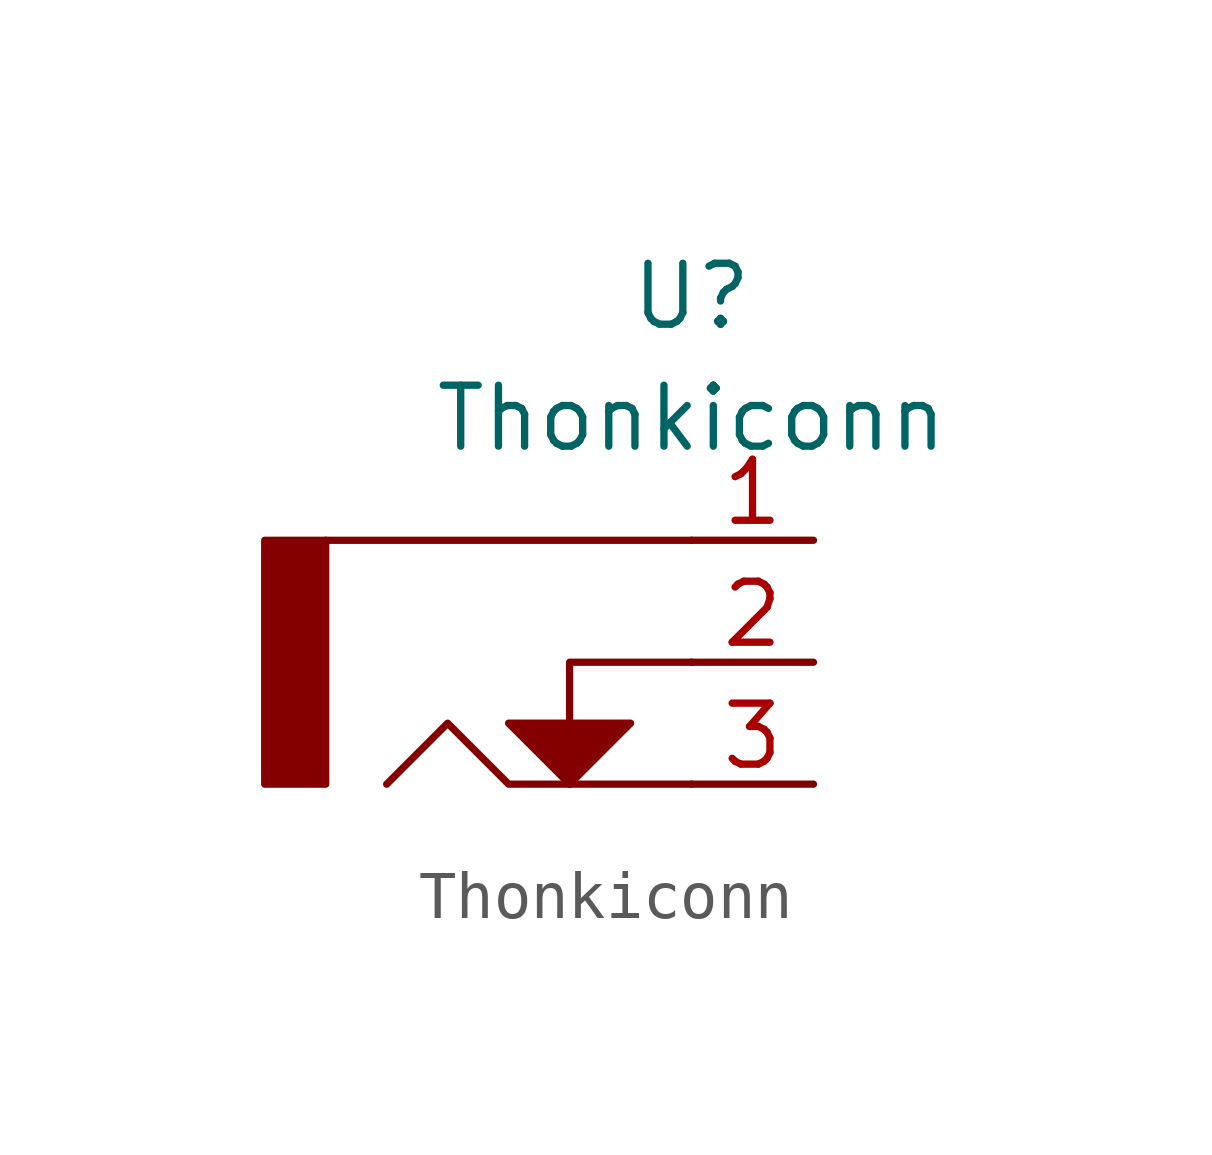
<source format=kicad_sym>
(kicad_symbol_lib
  (version 20201005)
  (generator kicad_symbol_editor)
  (symbol "nathans_symbols:Thonkiconn"
    (property "Reference" "U"
      (at -2.54 7.62 0)
      (effects (font (size 1.27 1.27))))
    (property "Value" "Thonkiconn"
      (at -2.54 5.08 0)
      (effects (font (size 1.27 1.27))))
    (symbol "Thonkiconn_0_1"
      (rectangle (start -11.43 2.54) (end -10.16 -2.54) (stroke (width 0.152)) (fill (type outline)))
      (polyline (pts (xy -2.54 2.54) (xy -10.16 2.54)) (stroke (width 0.152)) (fill (type none)))
      (polyline (pts (xy -2.54 0) (xy -5.08 0) (xy -5.08 -2.54)) (stroke (width 0.152)) (fill (type none)))
      (polyline (pts (xy -2.54 -2.54) (xy -6.35 -2.54) (xy -7.62 -1.27) (xy -8.89 -2.54)) (stroke (width 0.152)) (fill (type none)))
      (polyline (pts (xy -5.08 -2.54) (xy -6.35 -1.27) (xy -3.81 -1.27) (xy -5.08 -2.54)) (stroke (width 0.152)) (fill (type outline))))
    (symbol "Thonkiconn_1_1"
      (pin passive line (at 0 2.54 180) (length 2.54) (name "" (effects (font (size 1.27 1.27)))) (number "1" (effects (font (size 1.27 1.27)))))
      (pin passive line (at 0 0 180) (length 2.54) (name "" (effects (font (size 1.27 1.27)))) (number "2" (effects (font (size 1.27 1.27)))))
      (pin passive line (at 0 -2.54 180) (length 2.54) (name "" (effects (font (size 1.27 1.27)))) (number "3" (effects (font (size 1.27 1.27))))))))
</source>
